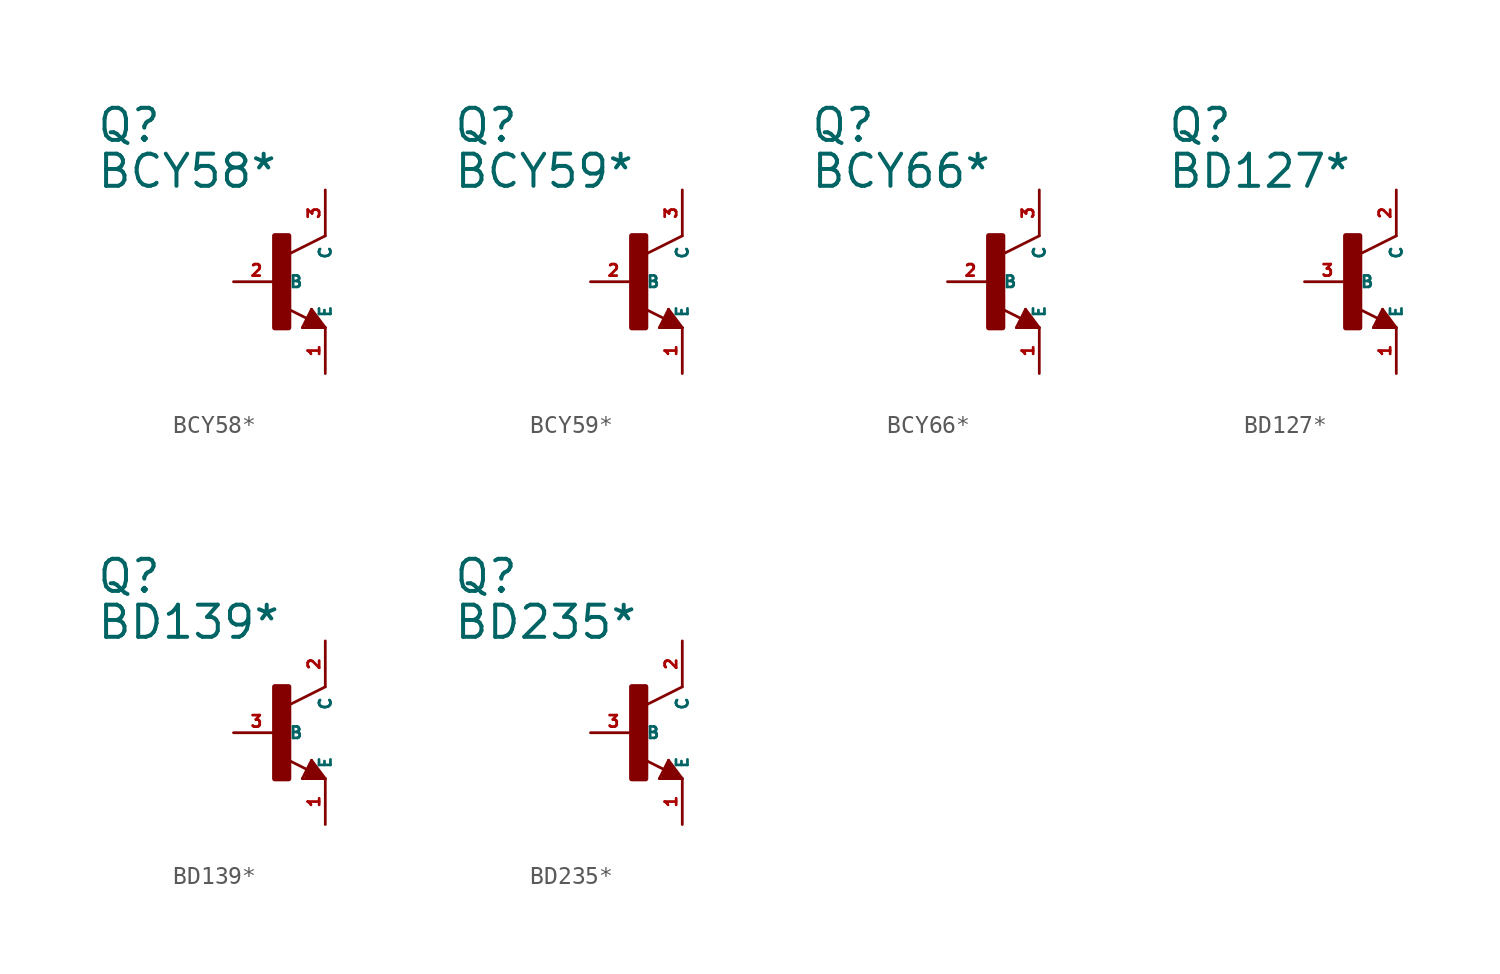
<source format=kicad_sym>
(kicad_symbol_lib
  (version 20220914)
  (generator Eagle2Kicad)
  (symbol "BCY58*"
    (property "Reference" "Q"
      (at -10.16 7.62 0)
      (effects (font (size 1.778 1.778) (thickness 0.22)) (justify left bottom)))
    (property "Value" "BCY58*"
      (at -10.16 5.08 0)
      (effects (font (size 1.778 1.778) (thickness 0.22)) (justify left bottom)))
    (polyline
      (pts (xy 2.54 2.54) (xy 0.508 1.524))
      (stroke (width 0.152) (type default))
      (fill (type none)))
    (polyline
      (pts (xy 1.778 -1.524) (xy 2.54 -2.54))
      (stroke (width 0.152) (type default))
      (fill (type none)))
    (polyline
      (pts (xy 2.54 -2.54) (xy 1.27 -2.54))
      (stroke (width 0.152) (type default))
      (fill (type none)))
    (polyline
      (pts (xy 1.27 -2.54) (xy 1.778 -1.524))
      (stroke (width 0.152) (type default))
      (fill (type none)))
    (polyline
      (pts (xy 1.54 -2.04) (xy 0.308 -1.424))
      (stroke (width 0.152) (type default))
      (fill (type none)))
    (polyline
      (pts (xy 1.524 -2.413) (xy 2.286 -2.413))
      (stroke (width 0.254) (type default))
      (fill (type none)))
    (polyline
      (pts (xy 2.286 -2.413) (xy 1.778 -1.778))
      (stroke (width 0.254) (type default))
      (fill (type none)))
    (polyline
      (pts (xy 1.778 -1.778) (xy 1.524 -2.286))
      (stroke (width 0.254) (type default))
      (fill (type none)))
    (polyline
      (pts (xy 1.524 -2.286) (xy 1.905 -2.286))
      (stroke (width 0.254) (type default))
      (fill (type none)))
    (polyline
      (pts (xy 1.905 -2.286) (xy 1.778 -2.032))
      (stroke (width 0.254) (type default))
      (fill (type none)))
    (rectangle
      (start -0.254 -2.54)
      (end 0.508 2.54)
      (stroke (width 0.3) (type default))
      (fill (type outline)))
    (pin passive line
      (at -2.54 0 0)
      (length 2.54)
      (name "B" (effects (font (size 0.635 0.635) (thickness 0.08)) (justify left bottom)))
      (number "2" (effects (font (size 0.635 0.635) (thickness 0.08)) (justify left bottom))))
    (pin passive line
      (at 2.54 -5.08 90)
      (length 2.54)
      (name "E" (effects (font (size 0.635 0.635) (thickness 0.08)) (justify left bottom)))
      (number "1" (effects (font (size 0.635 0.635) (thickness 0.08)) (justify left bottom))))
    (pin passive line
      (at 2.54 5.08 270)
      (length 2.54)
      (name "C" (effects (font (size 0.635 0.635) (thickness 0.08)) (justify left bottom)))
      (number "3" (effects (font (size 0.635 0.635) (thickness 0.08)) (justify left bottom)))))
  (symbol "BCY59*"
    (property "Reference" "Q"
      (at -10.16 7.62 0)
      (effects (font (size 1.778 1.778) (thickness 0.22)) (justify left bottom)))
    (property "Value" "BCY59*"
      (at -10.16 5.08 0)
      (effects (font (size 1.778 1.778) (thickness 0.22)) (justify left bottom)))
    (polyline
      (pts (xy 2.54 2.54) (xy 0.508 1.524))
      (stroke (width 0.152) (type default))
      (fill (type none)))
    (polyline
      (pts (xy 1.778 -1.524) (xy 2.54 -2.54))
      (stroke (width 0.152) (type default))
      (fill (type none)))
    (polyline
      (pts (xy 2.54 -2.54) (xy 1.27 -2.54))
      (stroke (width 0.152) (type default))
      (fill (type none)))
    (polyline
      (pts (xy 1.27 -2.54) (xy 1.778 -1.524))
      (stroke (width 0.152) (type default))
      (fill (type none)))
    (polyline
      (pts (xy 1.54 -2.04) (xy 0.308 -1.424))
      (stroke (width 0.152) (type default))
      (fill (type none)))
    (polyline
      (pts (xy 1.524 -2.413) (xy 2.286 -2.413))
      (stroke (width 0.254) (type default))
      (fill (type none)))
    (polyline
      (pts (xy 2.286 -2.413) (xy 1.778 -1.778))
      (stroke (width 0.254) (type default))
      (fill (type none)))
    (polyline
      (pts (xy 1.778 -1.778) (xy 1.524 -2.286))
      (stroke (width 0.254) (type default))
      (fill (type none)))
    (polyline
      (pts (xy 1.524 -2.286) (xy 1.905 -2.286))
      (stroke (width 0.254) (type default))
      (fill (type none)))
    (polyline
      (pts (xy 1.905 -2.286) (xy 1.778 -2.032))
      (stroke (width 0.254) (type default))
      (fill (type none)))
    (rectangle
      (start -0.254 -2.54)
      (end 0.508 2.54)
      (stroke (width 0.3) (type default))
      (fill (type outline)))
    (pin passive line
      (at -2.54 0 0)
      (length 2.54)
      (name "B" (effects (font (size 0.635 0.635) (thickness 0.08)) (justify left bottom)))
      (number "2" (effects (font (size 0.635 0.635) (thickness 0.08)) (justify left bottom))))
    (pin passive line
      (at 2.54 -5.08 90)
      (length 2.54)
      (name "E" (effects (font (size 0.635 0.635) (thickness 0.08)) (justify left bottom)))
      (number "1" (effects (font (size 0.635 0.635) (thickness 0.08)) (justify left bottom))))
    (pin passive line
      (at 2.54 5.08 270)
      (length 2.54)
      (name "C" (effects (font (size 0.635 0.635) (thickness 0.08)) (justify left bottom)))
      (number "3" (effects (font (size 0.635 0.635) (thickness 0.08)) (justify left bottom)))))
  (symbol "BCY66*"
    (property "Reference" "Q"
      (at -10.16 7.62 0)
      (effects (font (size 1.778 1.778) (thickness 0.22)) (justify left bottom)))
    (property "Value" "BCY66*"
      (at -10.16 5.08 0)
      (effects (font (size 1.778 1.778) (thickness 0.22)) (justify left bottom)))
    (polyline
      (pts (xy 2.54 2.54) (xy 0.508 1.524))
      (stroke (width 0.152) (type default))
      (fill (type none)))
    (polyline
      (pts (xy 1.778 -1.524) (xy 2.54 -2.54))
      (stroke (width 0.152) (type default))
      (fill (type none)))
    (polyline
      (pts (xy 2.54 -2.54) (xy 1.27 -2.54))
      (stroke (width 0.152) (type default))
      (fill (type none)))
    (polyline
      (pts (xy 1.27 -2.54) (xy 1.778 -1.524))
      (stroke (width 0.152) (type default))
      (fill (type none)))
    (polyline
      (pts (xy 1.54 -2.04) (xy 0.308 -1.424))
      (stroke (width 0.152) (type default))
      (fill (type none)))
    (polyline
      (pts (xy 1.524 -2.413) (xy 2.286 -2.413))
      (stroke (width 0.254) (type default))
      (fill (type none)))
    (polyline
      (pts (xy 2.286 -2.413) (xy 1.778 -1.778))
      (stroke (width 0.254) (type default))
      (fill (type none)))
    (polyline
      (pts (xy 1.778 -1.778) (xy 1.524 -2.286))
      (stroke (width 0.254) (type default))
      (fill (type none)))
    (polyline
      (pts (xy 1.524 -2.286) (xy 1.905 -2.286))
      (stroke (width 0.254) (type default))
      (fill (type none)))
    (polyline
      (pts (xy 1.905 -2.286) (xy 1.778 -2.032))
      (stroke (width 0.254) (type default))
      (fill (type none)))
    (rectangle
      (start -0.254 -2.54)
      (end 0.508 2.54)
      (stroke (width 0.3) (type default))
      (fill (type outline)))
    (pin passive line
      (at -2.54 0 0)
      (length 2.54)
      (name "B" (effects (font (size 0.635 0.635) (thickness 0.08)) (justify left bottom)))
      (number "2" (effects (font (size 0.635 0.635) (thickness 0.08)) (justify left bottom))))
    (pin passive line
      (at 2.54 -5.08 90)
      (length 2.54)
      (name "E" (effects (font (size 0.635 0.635) (thickness 0.08)) (justify left bottom)))
      (number "1" (effects (font (size 0.635 0.635) (thickness 0.08)) (justify left bottom))))
    (pin passive line
      (at 2.54 5.08 270)
      (length 2.54)
      (name "C" (effects (font (size 0.635 0.635) (thickness 0.08)) (justify left bottom)))
      (number "3" (effects (font (size 0.635 0.635) (thickness 0.08)) (justify left bottom)))))
  (symbol "BD127*"
    (property "Reference" "Q"
      (at -10.16 7.62 0)
      (effects (font (size 1.778 1.778) (thickness 0.22)) (justify left bottom)))
    (property "Value" "BD127*"
      (at -10.16 5.08 0)
      (effects (font (size 1.778 1.778) (thickness 0.22)) (justify left bottom)))
    (polyline
      (pts (xy 2.54 2.54) (xy 0.508 1.524))
      (stroke (width 0.152) (type default))
      (fill (type none)))
    (polyline
      (pts (xy 1.778 -1.524) (xy 2.54 -2.54))
      (stroke (width 0.152) (type default))
      (fill (type none)))
    (polyline
      (pts (xy 2.54 -2.54) (xy 1.27 -2.54))
      (stroke (width 0.152) (type default))
      (fill (type none)))
    (polyline
      (pts (xy 1.27 -2.54) (xy 1.778 -1.524))
      (stroke (width 0.152) (type default))
      (fill (type none)))
    (polyline
      (pts (xy 1.54 -2.04) (xy 0.308 -1.424))
      (stroke (width 0.152) (type default))
      (fill (type none)))
    (polyline
      (pts (xy 1.524 -2.413) (xy 2.286 -2.413))
      (stroke (width 0.254) (type default))
      (fill (type none)))
    (polyline
      (pts (xy 2.286 -2.413) (xy 1.778 -1.778))
      (stroke (width 0.254) (type default))
      (fill (type none)))
    (polyline
      (pts (xy 1.778 -1.778) (xy 1.524 -2.286))
      (stroke (width 0.254) (type default))
      (fill (type none)))
    (polyline
      (pts (xy 1.524 -2.286) (xy 1.905 -2.286))
      (stroke (width 0.254) (type default))
      (fill (type none)))
    (polyline
      (pts (xy 1.905 -2.286) (xy 1.778 -2.032))
      (stroke (width 0.254) (type default))
      (fill (type none)))
    (rectangle
      (start -0.254 -2.54)
      (end 0.508 2.54)
      (stroke (width 0.3) (type default))
      (fill (type outline)))
    (pin passive line
      (at -2.54 0 0)
      (length 2.54)
      (name "B" (effects (font (size 0.635 0.635) (thickness 0.08)) (justify left bottom)))
      (number "3" (effects (font (size 0.635 0.635) (thickness 0.08)) (justify left bottom))))
    (pin passive line
      (at 2.54 -5.08 90)
      (length 2.54)
      (name "E" (effects (font (size 0.635 0.635) (thickness 0.08)) (justify left bottom)))
      (number "1" (effects (font (size 0.635 0.635) (thickness 0.08)) (justify left bottom))))
    (pin passive line
      (at 2.54 5.08 270)
      (length 2.54)
      (name "C" (effects (font (size 0.635 0.635) (thickness 0.08)) (justify left bottom)))
      (number "2" (effects (font (size 0.635 0.635) (thickness 0.08)) (justify left bottom)))))
  (symbol "BD139*"
    (property "Reference" "Q"
      (at -10.16 7.62 0)
      (effects (font (size 1.778 1.778) (thickness 0.22)) (justify left bottom)))
    (property "Value" "BD139*"
      (at -10.16 5.08 0)
      (effects (font (size 1.778 1.778) (thickness 0.22)) (justify left bottom)))
    (polyline
      (pts (xy 2.54 2.54) (xy 0.508 1.524))
      (stroke (width 0.152) (type default))
      (fill (type none)))
    (polyline
      (pts (xy 1.778 -1.524) (xy 2.54 -2.54))
      (stroke (width 0.152) (type default))
      (fill (type none)))
    (polyline
      (pts (xy 2.54 -2.54) (xy 1.27 -2.54))
      (stroke (width 0.152) (type default))
      (fill (type none)))
    (polyline
      (pts (xy 1.27 -2.54) (xy 1.778 -1.524))
      (stroke (width 0.152) (type default))
      (fill (type none)))
    (polyline
      (pts (xy 1.54 -2.04) (xy 0.308 -1.424))
      (stroke (width 0.152) (type default))
      (fill (type none)))
    (polyline
      (pts (xy 1.524 -2.413) (xy 2.286 -2.413))
      (stroke (width 0.254) (type default))
      (fill (type none)))
    (polyline
      (pts (xy 2.286 -2.413) (xy 1.778 -1.778))
      (stroke (width 0.254) (type default))
      (fill (type none)))
    (polyline
      (pts (xy 1.778 -1.778) (xy 1.524 -2.286))
      (stroke (width 0.254) (type default))
      (fill (type none)))
    (polyline
      (pts (xy 1.524 -2.286) (xy 1.905 -2.286))
      (stroke (width 0.254) (type default))
      (fill (type none)))
    (polyline
      (pts (xy 1.905 -2.286) (xy 1.778 -2.032))
      (stroke (width 0.254) (type default))
      (fill (type none)))
    (rectangle
      (start -0.254 -2.54)
      (end 0.508 2.54)
      (stroke (width 0.3) (type default))
      (fill (type outline)))
    (pin passive line
      (at -2.54 0 0)
      (length 2.54)
      (name "B" (effects (font (size 0.635 0.635) (thickness 0.08)) (justify left bottom)))
      (number "3" (effects (font (size 0.635 0.635) (thickness 0.08)) (justify left bottom))))
    (pin passive line
      (at 2.54 -5.08 90)
      (length 2.54)
      (name "E" (effects (font (size 0.635 0.635) (thickness 0.08)) (justify left bottom)))
      (number "1" (effects (font (size 0.635 0.635) (thickness 0.08)) (justify left bottom))))
    (pin passive line
      (at 2.54 5.08 270)
      (length 2.54)
      (name "C" (effects (font (size 0.635 0.635) (thickness 0.08)) (justify left bottom)))
      (number "2" (effects (font (size 0.635 0.635) (thickness 0.08)) (justify left bottom)))))
  (symbol "BD235*"
    (property "Reference" "Q"
      (at -10.16 7.62 0)
      (effects (font (size 1.778 1.778) (thickness 0.22)) (justify left bottom)))
    (property "Value" "BD235*"
      (at -10.16 5.08 0)
      (effects (font (size 1.778 1.778) (thickness 0.22)) (justify left bottom)))
    (polyline
      (pts (xy 2.54 2.54) (xy 0.508 1.524))
      (stroke (width 0.152) (type default))
      (fill (type none)))
    (polyline
      (pts (xy 1.778 -1.524) (xy 2.54 -2.54))
      (stroke (width 0.152) (type default))
      (fill (type none)))
    (polyline
      (pts (xy 2.54 -2.54) (xy 1.27 -2.54))
      (stroke (width 0.152) (type default))
      (fill (type none)))
    (polyline
      (pts (xy 1.27 -2.54) (xy 1.778 -1.524))
      (stroke (width 0.152) (type default))
      (fill (type none)))
    (polyline
      (pts (xy 1.54 -2.04) (xy 0.308 -1.424))
      (stroke (width 0.152) (type default))
      (fill (type none)))
    (polyline
      (pts (xy 1.524 -2.413) (xy 2.286 -2.413))
      (stroke (width 0.254) (type default))
      (fill (type none)))
    (polyline
      (pts (xy 2.286 -2.413) (xy 1.778 -1.778))
      (stroke (width 0.254) (type default))
      (fill (type none)))
    (polyline
      (pts (xy 1.778 -1.778) (xy 1.524 -2.286))
      (stroke (width 0.254) (type default))
      (fill (type none)))
    (polyline
      (pts (xy 1.524 -2.286) (xy 1.905 -2.286))
      (stroke (width 0.254) (type default))
      (fill (type none)))
    (polyline
      (pts (xy 1.905 -2.286) (xy 1.778 -2.032))
      (stroke (width 0.254) (type default))
      (fill (type none)))
    (rectangle
      (start -0.254 -2.54)
      (end 0.508 2.54)
      (stroke (width 0.3) (type default))
      (fill (type outline)))
    (pin passive line
      (at -2.54 0 0)
      (length 2.54)
      (name "B" (effects (font (size 0.635 0.635) (thickness 0.08)) (justify left bottom)))
      (number "3" (effects (font (size 0.635 0.635) (thickness 0.08)) (justify left bottom))))
    (pin passive line
      (at 2.54 -5.08 90)
      (length 2.54)
      (name "E" (effects (font (size 0.635 0.635) (thickness 0.08)) (justify left bottom)))
      (number "1" (effects (font (size 0.635 0.635) (thickness 0.08)) (justify left bottom))))
    (pin passive line
      (at 2.54 5.08 270)
      (length 2.54)
      (name "C" (effects (font (size 0.635 0.635) (thickness 0.08)) (justify left bottom)))
      (number "2" (effects (font (size 0.635 0.635) (thickness 0.08)) (justify left bottom))))))
</source>
